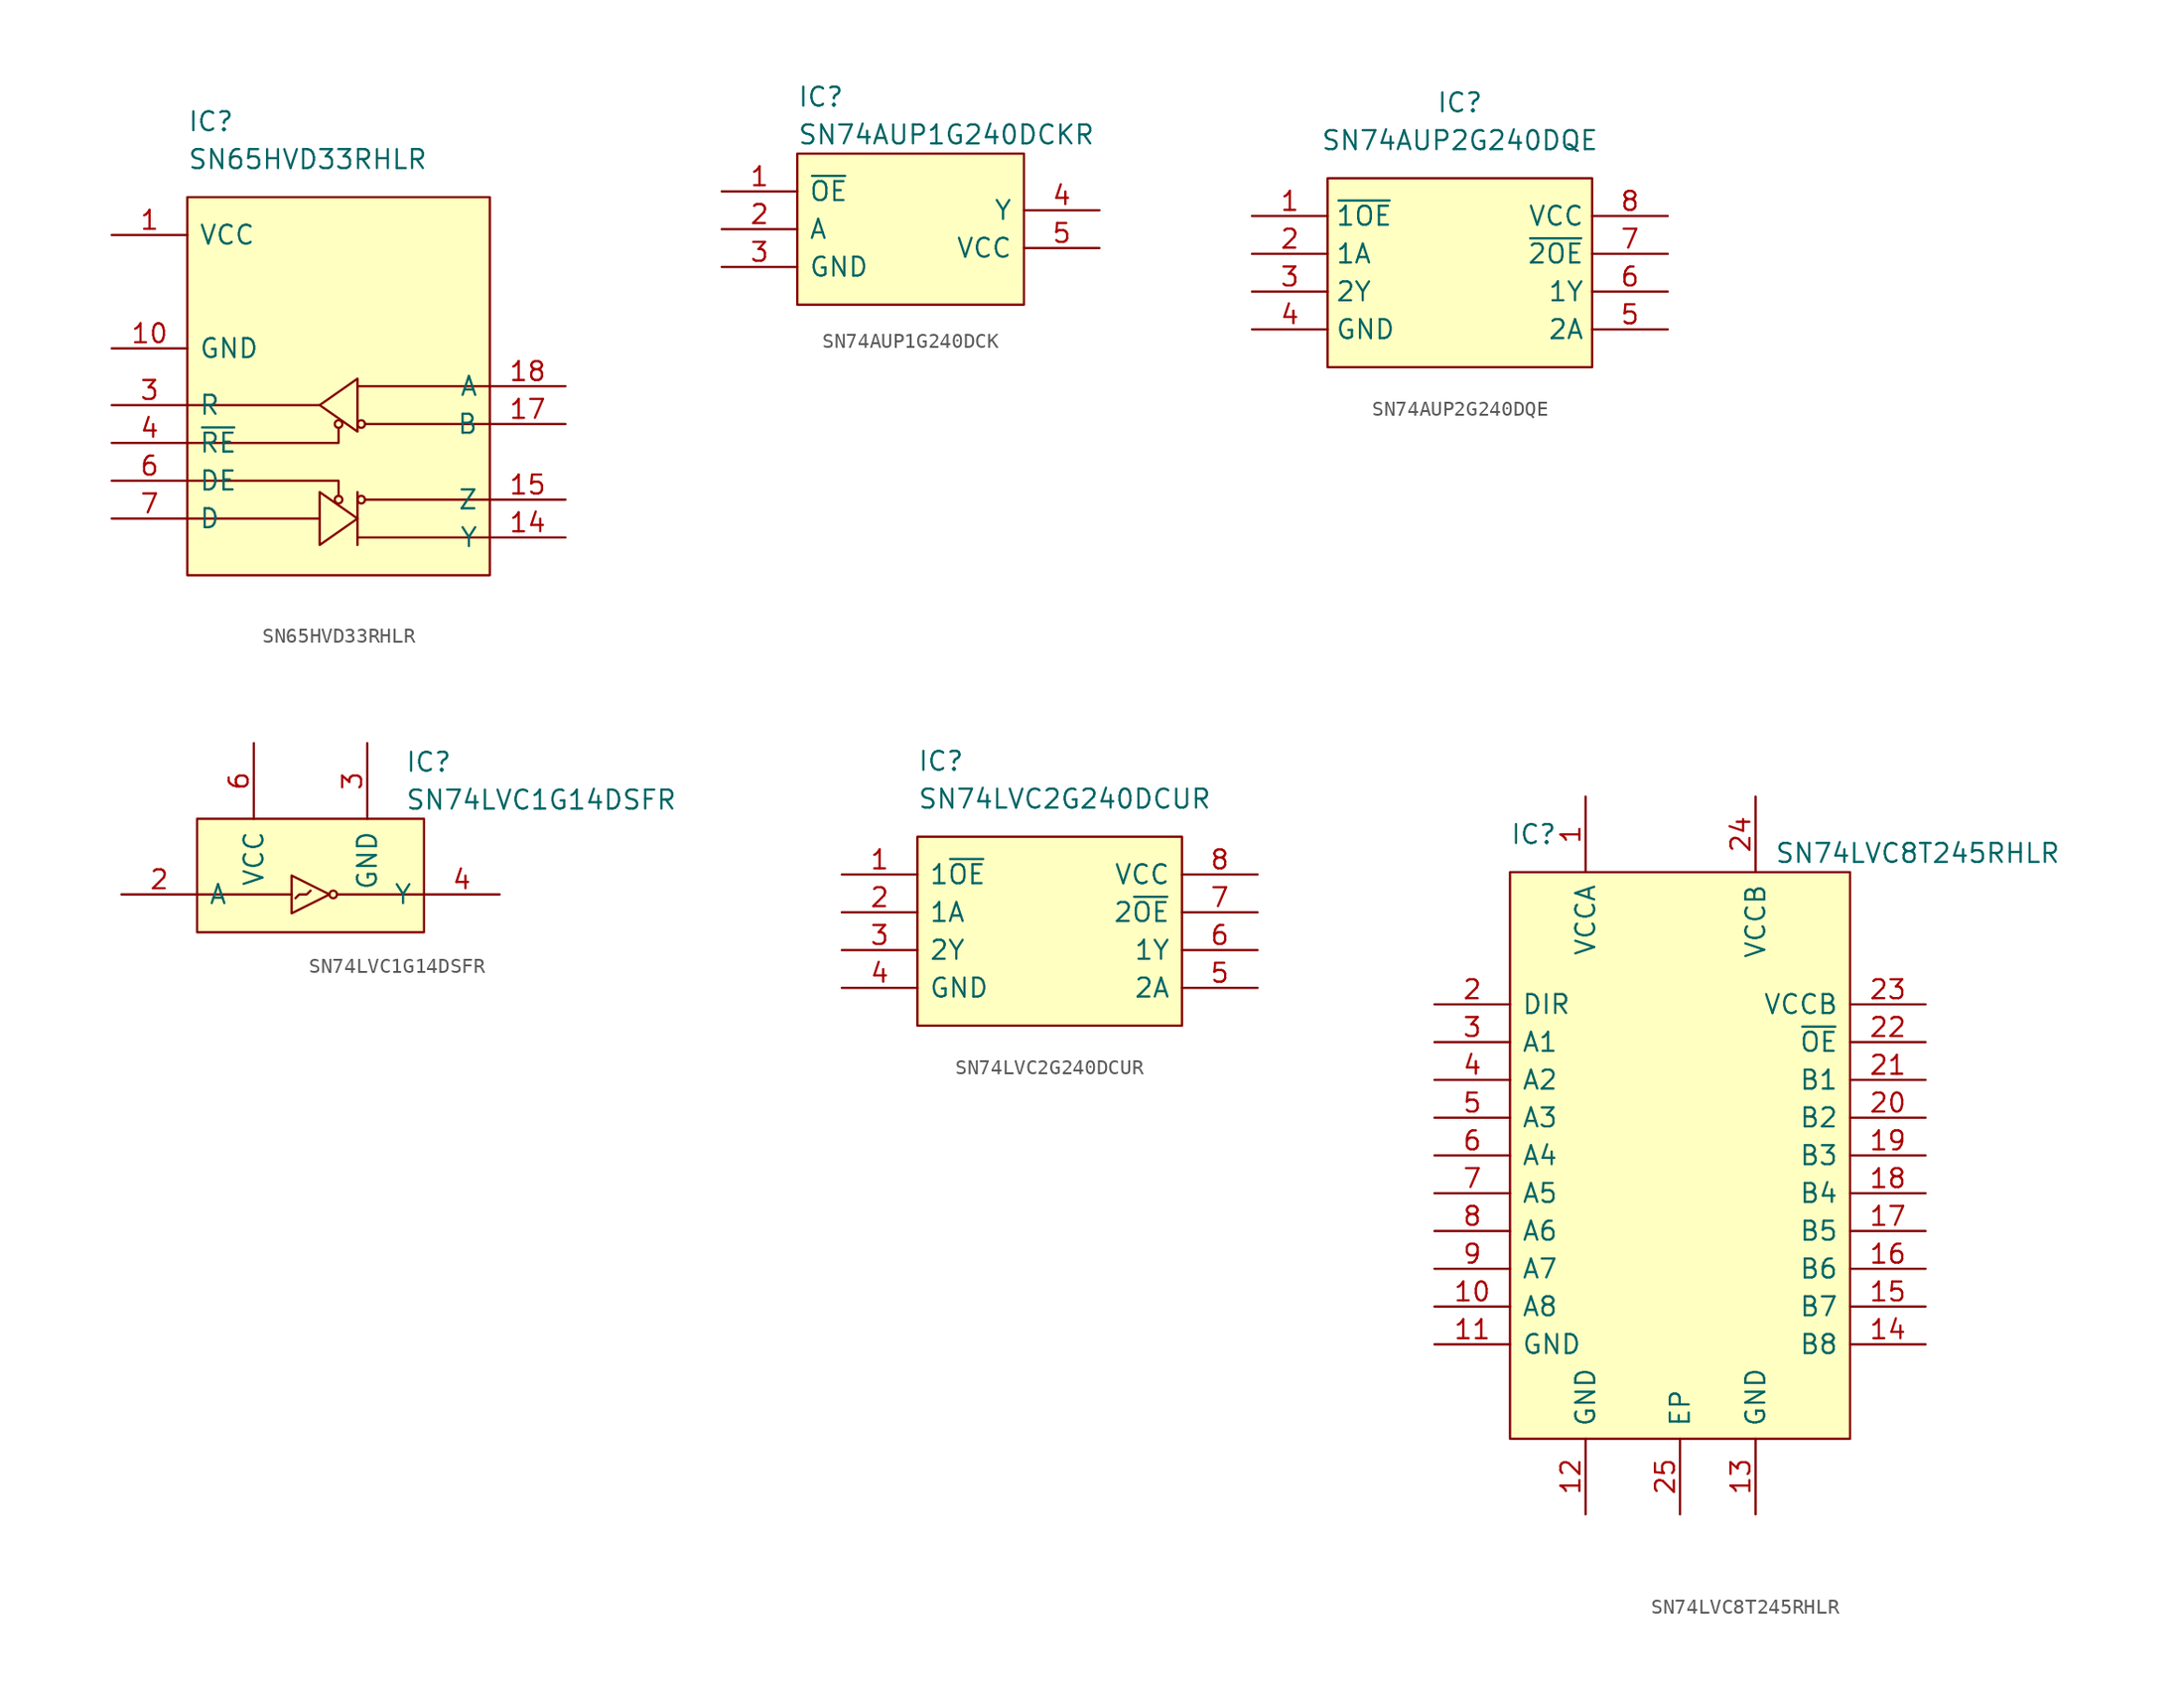
<source format=kicad_sym>
(kicad_symbol_lib
  (version 20220914)
  (generator kicad_symbol_editor)
  (symbol "SN65HVD33RHLR"
    (pin_names
      (offset 0.762))
    (property "Reference" "IC"
      (at -10.16 17.78 0)
      (effects (font (size 1.27 1.27)) (justify left)))
    (property "Value" "SN65HVD33RHLR"
      (at -10.16 15.24 0)
      (effects (font (size 1.27 1.27)) (justify left)))
    (symbol "SN65HVD33RHLR_0_1"
      (circle (center 0 -7.62) (radius 0.254) (stroke (width 0) (type default)) (fill (type none)))
      (circle (center 0 -2.54) (radius 0.254) (stroke (width 0) (type default)) (fill (type none)))
      (polyline (pts (xy -10.16 -8.89) (xy -1.27 -8.89)) (stroke (width 0) (type default)) (fill (type none)))
      (polyline (pts (xy -10.16 -1.27) (xy -1.27 -1.27)) (stroke (width 0) (type default)) (fill (type none)))
      (polyline (pts (xy 1.27 -10.668) (xy 1.27 -7.112)) (stroke (width 0) (type default)) (fill (type none)))
      (polyline (pts (xy 1.27 -10.16) (xy 10.16 -10.16)) (stroke (width 0) (type default)) (fill (type none)))
      (polyline (pts (xy 1.27 0) (xy 10.16 0)) (stroke (width 0) (type default)) (fill (type none)))
      (polyline (pts (xy 1.778 -7.62) (xy 10.16 -7.62)) (stroke (width 0) (type default)) (fill (type none)))
      (polyline (pts (xy 1.778 -2.54) (xy 10.16 -2.54)) (stroke (width 0) (type default)) (fill (type none)))
      (polyline (pts (xy -10.16 -6.35) (xy 0 -6.35) (xy 0 -7.366)) (stroke (width 0) (type default)) (fill (type none)))
      (polyline (pts (xy -10.16 -3.81) (xy 0 -3.81) (xy 0 -2.794)) (stroke (width 0) (type default)) (fill (type none)))
      (polyline (pts (xy -1.27 -1.27) (xy 1.27 0.508) (xy 1.27 -3.048) (xy -1.27 -1.27)) (stroke (width 0) (type default)) (fill (type none)))
      (polyline (pts (xy 1.27 -8.89) (xy -1.27 -7.112) (xy -1.27 -10.668) (xy 1.27 -8.89)) (stroke (width 0) (type default)) (fill (type none)))
      (circle (center 1.524 -7.62) (radius 0.254) (stroke (width 0) (type default)) (fill (type none)))
      (circle (center 1.524 -2.54) (radius 0.254) (stroke (width 0) (type default)) (fill (type none))))
    (symbol "SN65HVD33RHLR_1_0"
      (pin passive line (at -15.24 10.16 0) (length 5.08) (name "VCC" (effects (font (size 1.27 1.27)))) (number "1" (effects (font (size 1.27 1.27)))))
      (pin passive line (at -15.24 2.54 0) (length 5.08) (name "GND" (effects (font (size 1.27 1.27)))) (number "10" (effects (font (size 1.27 1.27)))))
      (pin passive line (at -15.24 2.54 0) (length 5.08) hide (name "GND" (effects (font (size 1.27 1.27)))) (number "11" (effects (font (size 1.27 1.27)))))
      (pin no_connect line (at 10.16 2.54 180) (length 5.08) hide (name "NC" (effects (font (size 1.27 1.27)))) (number "12" (effects (font (size 1.27 1.27)))))
      (pin no_connect line (at 10.16 5.08 180) (length 5.08) hide (name "NC" (effects (font (size 1.27 1.27)))) (number "13" (effects (font (size 1.27 1.27)))))
      (pin output line (at 15.24 -10.16 180) (length 5.08) (name "Y" (effects (font (size 1.27 1.27)))) (number "14" (effects (font (size 1.27 1.27)))))
      (pin output line (at 15.24 -7.62 180) (length 5.08) (name "Z" (effects (font (size 1.27 1.27)))) (number "15" (effects (font (size 1.27 1.27)))))
      (pin no_connect line (at 10.16 7.62 180) (length 5.08) hide (name "NC" (effects (font (size 1.27 1.27)))) (number "16" (effects (font (size 1.27 1.27)))))
      (pin input line (at 15.24 -2.54 180) (length 5.08) (name "B" (effects (font (size 1.27 1.27)))) (number "17" (effects (font (size 1.27 1.27)))))
      (pin input line (at 15.24 0 180) (length 5.08) (name "A" (effects (font (size 1.27 1.27)))) (number "18" (effects (font (size 1.27 1.27)))))
      (pin no_connect line (at 10.16 10.16 180) (length 5.08) hide (name "NC" (effects (font (size 1.27 1.27)))) (number "19" (effects (font (size 1.27 1.27)))))
      (pin no_connect line (at 3.81 12.7 270) (length 5.08) hide (name "NC" (effects (font (size 1.27 1.27)))) (number "2" (effects (font (size 1.27 1.27)))))
      (pin passive line (at -15.24 10.16 0) (length 5.08) hide (name "VCC" (effects (font (size 1.27 1.27)))) (number "20" (effects (font (size 1.27 1.27)))))
      (pin passive line (at -15.24 2.54 0) (length 5.08) hide (name "GND" (effects (font (size 1.27 1.27)))) (number "21" (effects (font (size 1.27 1.27)))))
      (pin input line (at -15.24 -1.27 0) (length 5.08) (name "R" (effects (font (size 1.27 1.27)))) (number "3" (effects (font (size 1.27 1.27)))))
      (pin input line (at -15.24 -3.81 0) (length 5.08) (name "~{RE}" (effects (font (size 1.27 1.27)))) (number "4" (effects (font (size 1.27 1.27)))))
      (pin no_connect line (at 1.27 12.7 270) (length 5.08) hide (name "NC" (effects (font (size 1.27 1.27)))) (number "5" (effects (font (size 1.27 1.27)))))
      (pin input line (at -15.24 -6.35 0) (length 5.08) (name "DE" (effects (font (size 1.27 1.27)))) (number "6" (effects (font (size 1.27 1.27)))))
      (pin input line (at -15.24 -8.89 0) (length 5.08) (name "D" (effects (font (size 1.27 1.27)))) (number "7" (effects (font (size 1.27 1.27)))))
      (pin no_connect line (at -1.27 12.7 270) (length 5.08) hide (name "NC" (effects (font (size 1.27 1.27)))) (number "8" (effects (font (size 1.27 1.27)))))
      (pin no_connect line (at -3.81 12.7 270) (length 5.08) hide (name "NC" (effects (font (size 1.27 1.27)))) (number "9" (effects (font (size 1.27 1.27))))))
    (symbol "SN65HVD33RHLR_1_1"
      (rectangle (start -10.16 12.7) (end 10.16 -12.7) (stroke (width 0) (type default)) (fill (type background)))))
  (symbol "SN74AUP1G240DCK"
    (pin_names
      (offset 0.762))
    (property "Reference" "IC"
      (at -7.62 8.89 0)
      (effects (font (size 1.27 1.27)) (justify left)))
    (property "Value" "SN74AUP1G240DCKR"
      (at -7.62 6.35 0)
      (effects (font (size 1.27 1.27)) (justify left)))
    (symbol "SN74AUP1G240DCK_0_0"
      (pin passive line (at -12.7 2.54 0) (length 5.08) (name "~{OE}" (effects (font (size 1.27 1.27)))) (number "1" (effects (font (size 1.27 1.27)))))
      (pin passive line (at -12.7 0 0) (length 5.08) (name "A" (effects (font (size 1.27 1.27)))) (number "2" (effects (font (size 1.27 1.27)))))
      (pin passive line (at -12.7 -2.54 0) (length 5.08) (name "GND" (effects (font (size 1.27 1.27)))) (number "3" (effects (font (size 1.27 1.27)))))
      (pin passive line (at 12.7 1.27 180) (length 5.08) (name "Y" (effects (font (size 1.27 1.27)))) (number "4" (effects (font (size 1.27 1.27)))))
      (pin passive line (at 12.7 -1.27 180) (length 5.08) (name "VCC" (effects (font (size 1.27 1.27)))) (number "5" (effects (font (size 1.27 1.27))))))
    (symbol "SN74AUP1G240DCK_1_1"
      (rectangle (start -7.62 5.08) (end 7.62 -5.08) (stroke (width 0) (type default)) (fill (type background)))))
  (symbol "SN74AUP2G240DQE"
    (property "Reference" "IC"
      (at 0 11.43 0)
      (effects (font (size 1.27 1.27))))
    (property "Value" "SN74AUP2G240DQE"
      (at 0 8.89 0)
      (effects (font (size 1.27 1.27))))
    (symbol "SN74AUP2G240DQE_1_1"
      (rectangle (start -8.89 6.35) (end 8.89 -6.35) (stroke (width 0) (type default)) (fill (type background)))
      (pin input line (at -13.97 3.81 0) (length 5.08) (name "~{1OE}" (effects (font (size 1.27 1.27)))) (number "1" (effects (font (size 1.27 1.27)))))
      (pin input line (at -13.97 1.27 0) (length 5.08) (name "1A" (effects (font (size 1.27 1.27)))) (number "2" (effects (font (size 1.27 1.27)))))
      (pin output line (at -13.97 -1.27 0) (length 5.08) (name "2Y" (effects (font (size 1.27 1.27)))) (number "3" (effects (font (size 1.27 1.27)))))
      (pin power_in line (at -13.97 -3.81 0) (length 5.08) (name "GND" (effects (font (size 1.27 1.27)))) (number "4" (effects (font (size 1.27 1.27)))))
      (pin output line (at 13.97 -3.81 180) (length 5.08) (name "2A" (effects (font (size 1.27 1.27)))) (number "5" (effects (font (size 1.27 1.27)))))
      (pin output line (at 13.97 -1.27 180) (length 5.08) (name "1Y" (effects (font (size 1.27 1.27)))) (number "6" (effects (font (size 1.27 1.27)))))
      (pin input line (at 13.97 1.27 180) (length 5.08) (name "~{2OE}" (effects (font (size 1.27 1.27)))) (number "7" (effects (font (size 1.27 1.27)))))
      (pin power_in line (at 13.97 3.81 180) (length 5.08) (name "VCC" (effects (font (size 1.27 1.27)))) (number "8" (effects (font (size 1.27 1.27)))))))
  (symbol "SN74LVC1G14DSFR"
    (pin_names
      (offset 0.762))
    (property "Reference" "IC"
      (at 6.35 6.35 0)
      (effects (font (size 1.27 1.27)) (justify left)))
    (property "Value" "SN74LVC1G14DSFR"
      (at 6.35 3.81 0)
      (effects (font (size 1.27 1.27)) (justify left)))
    (symbol "SN74LVC1G14DSFR_0_1"
      (polyline (pts (xy -1.27 -2.54) (xy -7.62 -2.54)) (stroke (width 0) (type default)) (fill (type none)))
      (polyline (pts (xy 1.778 -2.54) (xy 7.62 -2.54)) (stroke (width 0) (type default)) (fill (type none)))
      (polyline (pts (xy 0 -2.286) (xy -0.254 -2.54) (xy -0.762 -2.54) (xy -1.016 -2.794)) (stroke (width 0) (type default)) (fill (type none)))
      (polyline (pts (xy 1.27 -2.54) (xy -1.27 -3.81) (xy -1.27 -1.27) (xy 1.27 -2.54)) (stroke (width 0) (type default)) (fill (type none)))
      (circle (center 1.524 -2.54) (radius 0.254) (stroke (width 0) (type default)) (fill (type none))))
    (symbol "SN74LVC1G14DSFR_1_0"
      (pin no_connect line (at -7.62 0 0) (length 5.08) hide (name "NC" (effects (font (size 1.27 1.27)))) (number "1" (effects (font (size 1.27 1.27)))))
      (pin input line (at -12.7 -2.54 0) (length 5.08) (name "A" (effects (font (size 1.27 1.27)))) (number "2" (effects (font (size 1.27 1.27)))))
      (pin power_in line (at 3.81 7.62 270) (length 5.08) (name "GND" (effects (font (size 1.27 1.27)))) (number "3" (effects (font (size 1.27 1.27)))))
      (pin output line (at 12.7 -2.54 180) (length 5.08) (name "Y" (effects (font (size 1.27 1.27)))) (number "4" (effects (font (size 1.27 1.27)))))
      (pin no_connect line (at 7.62 0 180) (length 5.08) hide (name "NC" (effects (font (size 1.27 1.27)))) (number "5" (effects (font (size 1.27 1.27)))))
      (pin power_in line (at -3.81 7.62 270) (length 5.08) (name "VCC" (effects (font (size 1.27 1.27)))) (number "6" (effects (font (size 1.27 1.27))))))
    (symbol "SN74LVC1G14DSFR_1_1"
      (rectangle (start -7.62 2.54) (end 7.62 -5.08) (stroke (width 0) (type default)) (fill (type background)))))
  (symbol "SN74LVC2G240DCUR"
    (pin_names
      (offset 0.762))
    (property "Reference" "IC"
      (at -8.89 11.43 0)
      (effects (font (size 1.27 1.27)) (justify left)))
    (property "Value" "SN74LVC2G240DCUR"
      (at -8.89 8.89 0)
      (effects (font (size 1.27 1.27)) (justify left)))
    (symbol "SN74LVC2G240DCUR_1_0"
      (pin input line (at -13.97 3.81 0) (length 5.08) (name "1~{OE}" (effects (font (size 1.27 1.27)))) (number "1" (effects (font (size 1.27 1.27)))))
      (pin input line (at -13.97 1.27 0) (length 5.08) (name "1A" (effects (font (size 1.27 1.27)))) (number "2" (effects (font (size 1.27 1.27)))))
      (pin output line (at -13.97 -1.27 0) (length 5.08) (name "2Y" (effects (font (size 1.27 1.27)))) (number "3" (effects (font (size 1.27 1.27)))))
      (pin power_in line (at -13.97 -3.81 0) (length 5.08) (name "GND" (effects (font (size 1.27 1.27)))) (number "4" (effects (font (size 1.27 1.27)))))
      (pin input line (at 13.97 -3.81 180) (length 5.08) (name "2A" (effects (font (size 1.27 1.27)))) (number "5" (effects (font (size 1.27 1.27)))))
      (pin output line (at 13.97 -1.27 180) (length 5.08) (name "1Y" (effects (font (size 1.27 1.27)))) (number "6" (effects (font (size 1.27 1.27)))))
      (pin input line (at 13.97 1.27 180) (length 5.08) (name "2~{OE}" (effects (font (size 1.27 1.27)))) (number "7" (effects (font (size 1.27 1.27)))))
      (pin power_in line (at 13.97 3.81 180) (length 5.08) (name "VCC" (effects (font (size 1.27 1.27)))) (number "8" (effects (font (size 1.27 1.27))))))
    (symbol "SN74LVC2G240DCUR_1_1"
      (rectangle (start -8.89 6.35) (end 8.89 -6.35) (stroke (width 0) (type default)) (fill (type background)))))
  (symbol "SN74LVC8T245RHLR"
    (pin_names
      (offset 0.762))
    (property "Reference" "IC"
      (at -11.43 21.59 0)
      (effects (font (size 1.27 1.27)) (justify left)))
    (property "Value" "SN74LVC8T245RHLR"
      (at 6.35 20.32 0)
      (effects (font (size 1.27 1.27)) (justify left)))
    (symbol "SN74LVC8T245RHLR_1_0"
      (pin power_in line (at -6.35 24.13 270) (length 5.08) (name "VCCA" (effects (font (size 1.27 1.27)))) (number "1" (effects (font (size 1.27 1.27)))))
      (pin bidirectional line (at -16.51 -10.16 0) (length 5.08) (name "A8" (effects (font (size 1.27 1.27)))) (number "10" (effects (font (size 1.27 1.27)))))
      (pin power_in line (at -16.51 -12.7 0) (length 5.08) (name "GND" (effects (font (size 1.27 1.27)))) (number "11" (effects (font (size 1.27 1.27)))))
      (pin power_in line (at -6.35 -24.13 90) (length 5.08) (name "GND" (effects (font (size 1.27 1.27)))) (number "12" (effects (font (size 1.27 1.27)))))
      (pin power_in line (at 5.08 -24.13 90) (length 5.08) (name "GND" (effects (font (size 1.27 1.27)))) (number "13" (effects (font (size 1.27 1.27)))))
      (pin bidirectional line (at 16.51 -12.7 180) (length 5.08) (name "B8" (effects (font (size 1.27 1.27)))) (number "14" (effects (font (size 1.27 1.27)))))
      (pin bidirectional line (at 16.51 -10.16 180) (length 5.08) (name "B7" (effects (font (size 1.27 1.27)))) (number "15" (effects (font (size 1.27 1.27)))))
      (pin bidirectional line (at 16.51 -7.62 180) (length 5.08) (name "B6" (effects (font (size 1.27 1.27)))) (number "16" (effects (font (size 1.27 1.27)))))
      (pin bidirectional line (at 16.51 -5.08 180) (length 5.08) (name "B5" (effects (font (size 1.27 1.27)))) (number "17" (effects (font (size 1.27 1.27)))))
      (pin bidirectional line (at 16.51 -2.54 180) (length 5.08) (name "B4" (effects (font (size 1.27 1.27)))) (number "18" (effects (font (size 1.27 1.27)))))
      (pin bidirectional line (at 16.51 0 180) (length 5.08) (name "B3" (effects (font (size 1.27 1.27)))) (number "19" (effects (font (size 1.27 1.27)))))
      (pin input line (at -16.51 10.16 0) (length 5.08) (name "DIR" (effects (font (size 1.27 1.27)))) (number "2" (effects (font (size 1.27 1.27)))))
      (pin bidirectional line (at 16.51 2.54 180) (length 5.08) (name "B2" (effects (font (size 1.27 1.27)))) (number "20" (effects (font (size 1.27 1.27)))))
      (pin bidirectional line (at 16.51 5.08 180) (length 5.08) (name "B1" (effects (font (size 1.27 1.27)))) (number "21" (effects (font (size 1.27 1.27)))))
      (pin input line (at 16.51 7.62 180) (length 5.08) (name "~{OE}" (effects (font (size 1.27 1.27)))) (number "22" (effects (font (size 1.27 1.27)))))
      (pin power_in line (at 16.51 10.16 180) (length 5.08) (name "VCCB" (effects (font (size 1.27 1.27)))) (number "23" (effects (font (size 1.27 1.27)))))
      (pin power_in line (at 5.08 24.13 270) (length 5.08) (name "VCCB" (effects (font (size 1.27 1.27)))) (number "24" (effects (font (size 1.27 1.27)))))
      (pin power_in line (at 0 -24.13 90) (length 5.08) (name "EP" (effects (font (size 1.27 1.27)))) (number "25" (effects (font (size 1.27 1.27)))))
      (pin bidirectional line (at -16.51 7.62 0) (length 5.08) (name "A1" (effects (font (size 1.27 1.27)))) (number "3" (effects (font (size 1.27 1.27)))))
      (pin bidirectional line (at -16.51 5.08 0) (length 5.08) (name "A2" (effects (font (size 1.27 1.27)))) (number "4" (effects (font (size 1.27 1.27)))))
      (pin bidirectional line (at -16.51 2.54 0) (length 5.08) (name "A3" (effects (font (size 1.27 1.27)))) (number "5" (effects (font (size 1.27 1.27)))))
      (pin bidirectional line (at -16.51 0 0) (length 5.08) (name "A4" (effects (font (size 1.27 1.27)))) (number "6" (effects (font (size 1.27 1.27)))))
      (pin bidirectional line (at -16.51 -2.54 0) (length 5.08) (name "A5" (effects (font (size 1.27 1.27)))) (number "7" (effects (font (size 1.27 1.27)))))
      (pin bidirectional line (at -16.51 -5.08 0) (length 5.08) (name "A6" (effects (font (size 1.27 1.27)))) (number "8" (effects (font (size 1.27 1.27)))))
      (pin bidirectional line (at -16.51 -7.62 0) (length 5.08) (name "A7" (effects (font (size 1.27 1.27)))) (number "9" (effects (font (size 1.27 1.27))))))
    (symbol "SN74LVC8T245RHLR_1_1"
      (rectangle (start -11.43 19.05) (end 11.43 -19.05) (stroke (width 0) (type default)) (fill (type background))))))
</source>
